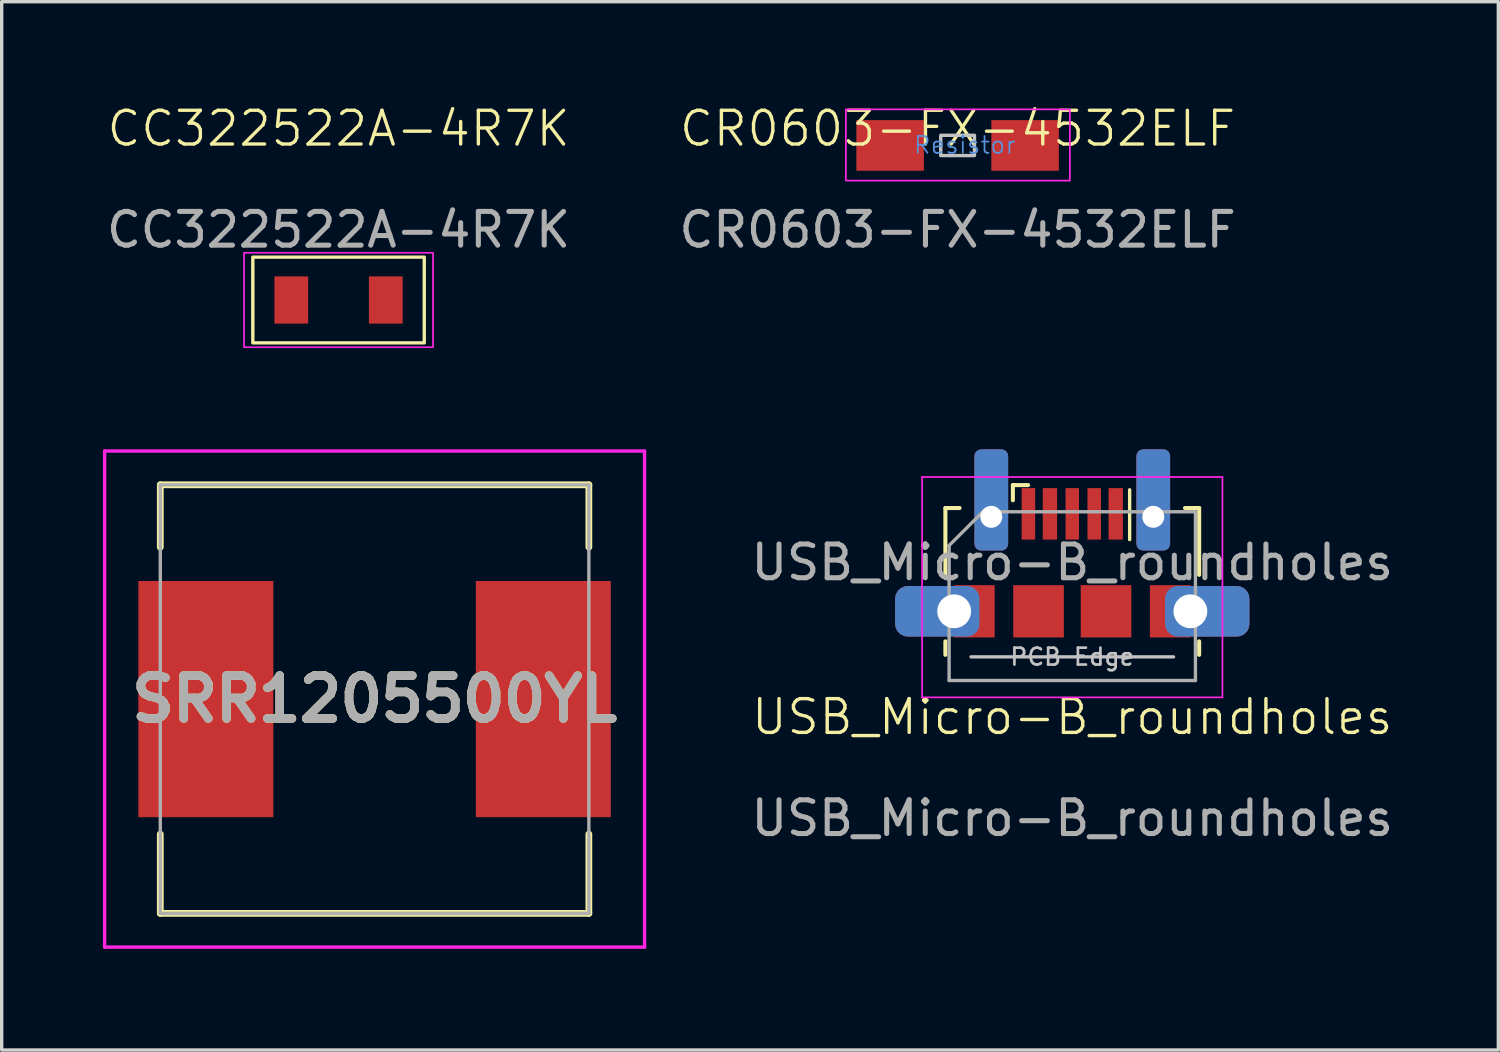
<source format=kicad_pcb>
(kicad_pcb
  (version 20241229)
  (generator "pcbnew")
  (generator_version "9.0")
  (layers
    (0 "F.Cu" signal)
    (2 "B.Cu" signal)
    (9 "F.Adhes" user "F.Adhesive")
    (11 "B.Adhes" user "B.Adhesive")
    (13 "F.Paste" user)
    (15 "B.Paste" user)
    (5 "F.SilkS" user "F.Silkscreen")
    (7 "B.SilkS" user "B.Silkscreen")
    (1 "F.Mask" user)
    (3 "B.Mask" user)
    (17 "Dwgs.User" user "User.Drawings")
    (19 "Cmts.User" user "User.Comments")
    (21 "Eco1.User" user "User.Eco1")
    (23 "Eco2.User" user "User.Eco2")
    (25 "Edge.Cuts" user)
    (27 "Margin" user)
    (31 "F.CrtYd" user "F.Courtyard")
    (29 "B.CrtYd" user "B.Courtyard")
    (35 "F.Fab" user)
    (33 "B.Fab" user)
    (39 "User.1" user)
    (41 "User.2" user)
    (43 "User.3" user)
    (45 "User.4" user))
  (footprint "CR0603-FX-4532ELF"
    (layer "F.Cu")
    (at 25.327 1.26)
    (property "Reference" "CR0603-FX-4532ELF" (at 0 -0.5 0) (unlocked yes) (layer "F.SilkS") (effects (font (size 1 1) (thickness 0.1))))
    (attr smd)
    (fp_rect (start -0.5 -0.3) (end 0.5 0.3) (stroke (width 0.1) (type solid)) (fill no) (layer "Dwgs.User"))
    (fp_rect (start -3.311 -1.069) (end 3.327 1.042) (stroke (width 0.05) (type default)) (fill no) (layer "F.CrtYd"))
    (fp_text user "Resistor" (at -1.331 0.282 0) (unlocked yes) (layer "Cmts.User") (effects (font (size 0.5 0.5) (thickness 0.05)) (justify left bottom)))
    (fp_text user "${REFERENCE}" (at 0 2.5 0) (unlocked yes) (layer "F.Fab") (effects (font (size 1 1) (thickness 0.15))))
    (pad "1" smd rect (at 2 0) (size 2 1.5) (layers "F.Cu" "F.Mask" "F.Paste"))
    (pad "2" smd rect (at -2 0) (size 2 1.5) (layers "F.Cu" "F.Mask" "F.Paste")))
  (footprint "CC322522A-4R7K"
    (layer "F.Cu")
    (at 6.982 5.84)
    (property "Reference" "CC322522A-4R7K" (at 0 -5.08 0) (unlocked yes) (layer "F.SilkS") (effects (font (size 1 1) (thickness 0.1))))
    (attr smd)
    (fp_rect (start -2.54 -1.27) (end 2.54 1.27) (stroke (width 0.1) (type default)) (fill no) (layer "F.SilkS"))
    (fp_rect (start -2.8 -1.4) (end 2.8 1.4) (stroke (width 0.05) (type default)) (fill no) (layer "F.CrtYd"))
    (fp_text user "${REFERENCE}" (at 0 -2.08 0) (unlocked yes) (layer "F.Fab") (effects (font (size 1 1) (thickness 0.15))))
    (pad "1" smd rect (at -1.4 0) (size 1 1.4) (layers "F.Cu" "F.Mask" "F.Paste"))
    (pad "2" smd rect (at 1.4 0) (size 1 1.4) (layers "F.Cu" "F.Mask" "F.Paste")))
  (footprint "SRR1205500YL"
    (layer "F.Cu")
    (at 8.05 17.666)
    (property "Reference" "SRR1205500YL" (at 0 0 0) (layer "F.SilkS") (effects (font (size 1.27 1.27) (thickness 0.254))))
    (attr smd)
    (fp_line (start -6.35 -6.35) (end 6.35 -6.35) (stroke (width 0.2) (type solid)) (layer "F.SilkS"))
    (fp_line (start -6.35 -4.5) (end -6.35 -6.35) (stroke (width 0.2) (type solid)) (layer "F.SilkS"))
    (fp_line (start -6.35 4) (end -6.35 6.35) (stroke (width 0.2) (type solid)) (layer "F.SilkS"))
    (fp_line (start -6.35 6.35) (end 6.35 6.35) (stroke (width 0.2) (type solid)) (layer "F.SilkS"))
    (fp_line (start 6.35 -6.35) (end 6.35 -4.5) (stroke (width 0.2) (type solid)) (layer "F.SilkS"))
    (fp_line (start 6.35 6.35) (end 6.35 4) (stroke (width 0.2) (type solid)) (layer "F.SilkS"))
    (fp_line (start -8 -7.35) (end 8 -7.35) (stroke (width 0.1) (type solid)) (layer "F.CrtYd"))
    (fp_line (start -8 7.35) (end -8 -7.35) (stroke (width 0.1) (type solid)) (layer "F.CrtYd"))
    (fp_line (start 8 -7.35) (end 8 7.35) (stroke (width 0.1) (type solid)) (layer "F.CrtYd"))
    (fp_line (start 8 7.35) (end -8 7.35) (stroke (width 0.1) (type solid)) (layer "F.CrtYd"))
    (fp_line (start -6.35 -6.35) (end 6.35 -6.35) (stroke (width 0.1) (type solid)) (layer "F.Fab"))
    (fp_line (start -6.35 6.35) (end -6.35 -6.35) (stroke (width 0.1) (type solid)) (layer "F.Fab"))
    (fp_line (start 6.35 -6.35) (end 6.35 6.35) (stroke (width 0.1) (type solid)) (layer "F.Fab"))
    (fp_line (start 6.35 6.35) (end -6.35 6.35) (stroke (width 0.1) (type solid)) (layer "F.Fab"))
    (fp_text user "${REFERENCE}" (at 0 0 0) (layer "F.Fab") (effects (font (size 1.27 1.27) (thickness 0.254))))
    (pad "1" smd rect (at -5 0) (size 4 7) (layers "F.Cu" "F.Mask" "F.Paste"))
    (pad "2" smd rect (at 5 0) (size 4 7) (layers "F.Cu" "F.Mask" "F.Paste")))
  (footprint "USB_Micro-B_roundholes"
    (layer "F.Cu")
    (at 28.725 18.695)
    (property "Reference" "USB_Micro-B_roundholes" (at 0 -0.5 0) (unlocked yes) (layer "F.SilkS") (effects (font (size 1 1) (thickness 0.1))))
    (attr smd)
    (fp_line (start -3.76 -6.69) (end -3.34 -6.69) (stroke (width 0.12) (type solid)) (layer "F.SilkS"))
    (fp_line (start -3.76 -4.71) (end -3.76 -6.69) (stroke (width 0.12) (type solid)) (layer "F.SilkS"))
    (fp_line (start -3.76 -2.34) (end -3.76 -2.74) (stroke (width 0.12) (type solid)) (layer "F.SilkS"))
    (fp_line (start -1.76 -6.92) (end -1.76 -7.37) (stroke (width 0.12) (type solid)) (layer "F.SilkS"))
    (fp_line (start -1.31 -7.37) (end -1.76 -7.37) (stroke (width 0.12) (type solid)) (layer "F.SilkS"))
    (fp_line (start 1.7 -5.755) (end 1.7 -7.23) (stroke (width 0.1) (type default)) (layer "F.SilkS"))
    (fp_line (start 3.76 -6.69) (end 3.34 -6.69) (stroke (width 0.12) (type solid)) (layer "F.SilkS"))
    (fp_line (start 3.76 -4.71) (end 3.76 -6.69) (stroke (width 0.12) (type solid)) (layer "F.SilkS"))
    (fp_line (start 3.76 -2.74) (end 3.76 -2.34) (stroke (width 0.12) (type solid)) (layer "F.SilkS"))
    (fp_line (start 3 -2.28) (end -3 -2.28) (stroke (width 0.1) (type solid)) (layer "Dwgs.User"))
    (fp_line (start -4.45 -7.61) (end -4.45 -1.08) (stroke (width 0.05) (type solid)) (layer "F.CrtYd"))
    (fp_line (start -4.45 -7.61) (end 4.45 -7.61) (stroke (width 0.05) (type solid)) (layer "F.CrtYd"))
    (fp_line (start -4.45 -1.08) (end 4.45 -1.08) (stroke (width 0.05) (type solid)) (layer "F.CrtYd"))
    (fp_line (start 4.45 -7.61) (end 4.45 -1.08) (stroke (width 0.05) (type solid)) (layer "F.CrtYd"))
    (fp_line (start -3.65 -5.58) (end -2.65 -6.58) (stroke (width 0.1) (type solid)) (layer "F.Fab"))
    (fp_line (start -3.65 -1.58) (end -3.65 -5.58) (stroke (width 0.1) (type solid)) (layer "F.Fab"))
    (fp_line (start -2.65 -6.58) (end 3.65 -6.58) (stroke (width 0.1) (type solid)) (layer "F.Fab"))
    (fp_line (start 3.65 -6.58) (end 3.65 -1.58) (stroke (width 0.1) (type solid)) (layer "F.Fab"))
    (fp_line (start 3.65 -1.58) (end -3.65 -1.58) (stroke (width 0.1) (type solid)) (layer "F.Fab"))
    (fp_text user "PCB Edge" (at 0 -2.28 0) (layer "Dwgs.User") (effects (font (size 0.5 0.5) (thickness 0.08))))
    (fp_text user "${REFERENCE}" (at 0 -5.08 0) (layer "F.Fab") (effects (font (size 1 1) (thickness 0.15))))
    (fp_text user "${REFERENCE}" (at 0 2.5 0) (unlocked yes) (layer "F.Fab") (effects (font (size 1 1) (thickness 0.15))))
    (pad "1" smd rect (at -1.3 -6.518) (size 0.4 1.525) (layers "F.Cu" "F.Mask" "F.Paste"))
    (pad "2" smd rect (at -0.662 -6.518) (size 0.425 1.525) (layers "F.Cu" "F.Mask" "F.Paste"))
    (pad "3" smd rect (at 0 -6.518) (size 0.4 1.525) (layers "F.Cu" "F.Mask" "F.Paste"))
    (pad "4" smd rect (at 0.65 -6.518) (size 0.4 1.525) (layers "F.Cu" "F.Mask" "F.Paste"))
    (pad "5" smd rect (at 1.288 -6.518) (size 0.425 1.525) (layers "F.Cu" "F.Mask" "F.Paste"))
    (pad "6" thru_hole roundrect (at -3.5 -3.63 180) (size 2.5 1.5) (drill 1 (offset 0.5 0)) (layers "*.Cu" "*.Mask") (roundrect_rratio 0.25))
    (pad "6" smd rect (at -2.9 -3.63) (size 1.2 1.55) (layers "F.Cu" "F.Mask" "F.Paste"))
    (pad "6" thru_hole roundrect (at -2.4 -6.43) (size 1 3) (drill 0.65 (offset 0 -0.5)) (layers "*.Cu" "*.Mask") (roundrect_rratio 0.2))
    (pad "6" smd rect (at -1 -3.63) (size 1.5 1.55) (layers "F.Cu" "F.Mask" "F.Paste"))
    (pad "6" smd rect (at 1 -3.63) (size 1.5 1.55) (layers "F.Cu" "F.Mask" "F.Paste"))
    (pad "6" thru_hole roundrect (at 2.4 -6.43) (size 1 3) (drill 0.65 (offset 0 -0.5)) (layers "*.Cu" "*.Mask") (roundrect_rratio 0.2))
    (pad "6" smd rect (at 2.9 -3.63) (size 1.2 1.55) (layers "F.Cu" "F.Mask" "F.Paste"))
    (pad "6" thru_hole roundrect (at 3.5 -3.63) (size 2.5 1.5) (drill 1 (offset 0.5 0)) (layers "*.Cu" "*.Mask") (roundrect_rratio 0.25)))
  (gr_rect
    (start -3 -3)
    (end 41.35 28.066)
    (stroke (width 0.1) (type default))
    (fill no)
    (layer "Edge.Cuts")))
</source>
